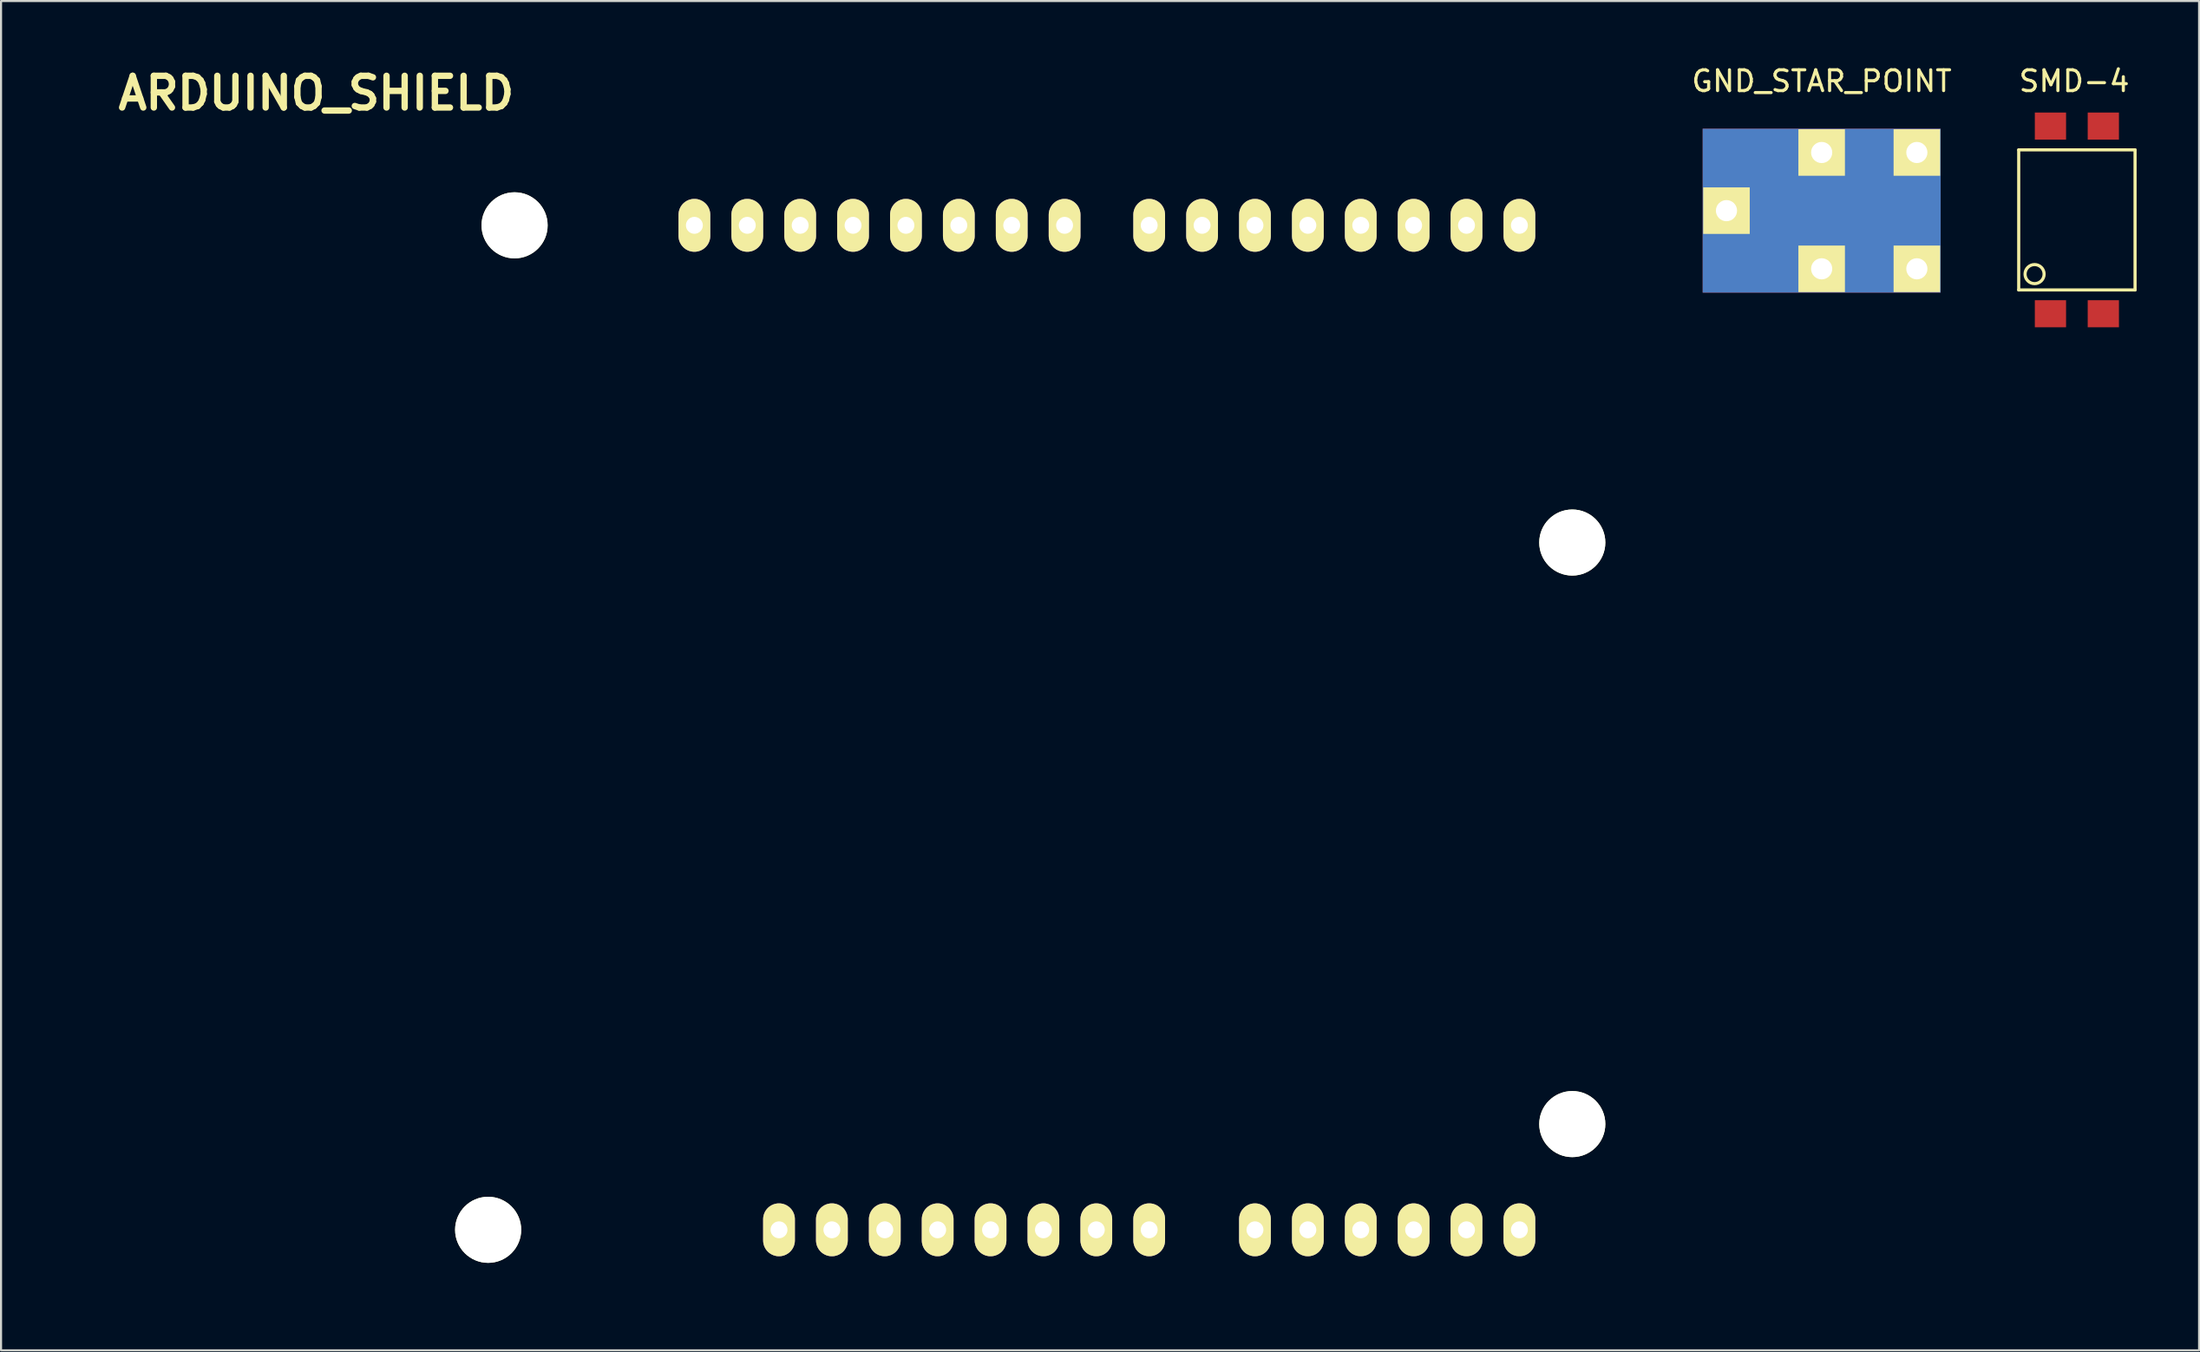
<source format=kicad_pcb>
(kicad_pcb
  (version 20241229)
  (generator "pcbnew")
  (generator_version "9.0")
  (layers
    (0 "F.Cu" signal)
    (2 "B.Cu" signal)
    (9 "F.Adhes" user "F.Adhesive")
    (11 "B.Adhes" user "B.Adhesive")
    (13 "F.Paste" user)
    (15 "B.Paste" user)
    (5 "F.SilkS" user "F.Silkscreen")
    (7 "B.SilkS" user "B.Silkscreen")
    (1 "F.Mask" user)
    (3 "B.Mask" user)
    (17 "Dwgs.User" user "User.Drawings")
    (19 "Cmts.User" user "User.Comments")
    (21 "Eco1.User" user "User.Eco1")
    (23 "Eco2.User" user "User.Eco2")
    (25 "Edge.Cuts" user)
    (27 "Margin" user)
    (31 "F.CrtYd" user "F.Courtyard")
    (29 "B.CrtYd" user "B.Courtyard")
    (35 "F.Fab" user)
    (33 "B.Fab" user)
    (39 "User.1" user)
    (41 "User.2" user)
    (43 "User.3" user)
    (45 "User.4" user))
  (footprint "ARDUINO_SHIELD"
    (layer "F.Cu")
    (at 6.425 58.576)
    (property "Reference" "ARDUINO_SHIELD" (at 5.715 -57.15 0) (layer "F.SilkS") (effects (font (size 1.524 1.524) (thickness 0.305))))
    (attr through_hole)
    (fp_line (start -6.35 -43.815) (end -6.35 -32.385) (stroke (width 0.15) (type solid)) (layer "Eco1.User"))
    (fp_line (start -6.35 -32.385) (end 0 -32.385) (stroke (width 0.15) (type solid)) (layer "Eco1.User"))
    (fp_line (start -1.905 -12.065) (end -1.905 -3.175) (stroke (width 0.15) (type solid)) (layer "Eco1.User"))
    (fp_line (start -1.905 -3.175) (end 0 -3.175) (stroke (width 0.15) (type solid)) (layer "Eco1.User"))
    (fp_line (start 0 -53.34) (end 64.516 -53.34) (stroke (width 0.15) (type solid)) (layer "Eco1.User"))
    (fp_line (start 0 -32.385) (end 9.525 -32.385) (stroke (width 0.15) (type solid)) (layer "Eco1.User"))
    (fp_line (start 0 -3.175) (end 11.43 -3.175) (stroke (width 0.15) (type solid)) (layer "Eco1.User"))
    (fp_line (start 0 0) (end 0 -53.34) (stroke (width 0.15) (type solid)) (layer "Eco1.User"))
    (fp_line (start 9.525 -43.815) (end -6.35 -43.815) (stroke (width 0.15) (type solid)) (layer "Eco1.User"))
    (fp_line (start 9.525 -32.385) (end 9.525 -43.815) (stroke (width 0.15) (type solid)) (layer "Eco1.User"))
    (fp_line (start 11.43 -12.065) (end -1.905 -12.065) (stroke (width 0.15) (type solid)) (layer "Eco1.User"))
    (fp_line (start 11.43 -3.175) (end 11.43 -12.065) (stroke (width 0.15) (type solid)) (layer "Eco1.User"))
    (fp_line (start 64.516 -53.34) (end 66.04 -51.816) (stroke (width 0.15) (type solid)) (layer "Eco1.User"))
    (fp_line (start 66.04 -51.816) (end 66.04 -40.386) (stroke (width 0.15) (type solid)) (layer "Eco1.User"))
    (fp_line (start 66.04 -40.386) (end 68.58 -37.846) (stroke (width 0.15) (type solid)) (layer "Eco1.User"))
    (fp_line (start 66.04 -2.54) (end 66.04 0) (stroke (width 0.15) (type solid)) (layer "Eco1.User"))
    (fp_line (start 66.04 0) (end 0 0) (stroke (width 0.15) (type solid)) (layer "Eco1.User"))
    (fp_line (start 68.58 -37.846) (end 68.58 -5.08) (stroke (width 0.15) (type solid)) (layer "Eco1.User"))
    (fp_line (start 68.58 -5.08) (end 66.04 -2.54) (stroke (width 0.15) (type solid)) (layer "Eco1.User"))
    (pad "" np_thru_hole circle (at 13.97 -2.54) (size 3.175 3.175) (drill 3.175) (layers "*.Cu" "*.Mask" "F.SilkS"))
    (pad "" np_thru_hole circle (at 15.24 -50.8) (size 3.175 3.175) (drill 3.175) (layers "*.Cu" "*.Mask" "F.SilkS"))
    (pad "" np_thru_hole circle (at 66.04 -35.56) (size 3.175 3.175) (drill 3.175) (layers "*.Cu" "*.Mask" "F.SilkS"))
    (pad "" np_thru_hole circle (at 66.04 -7.62) (size 3.175 3.175) (drill 3.175) (layers "*.Cu" "*.Mask" "F.SilkS"))
    (pad "0" thru_hole oval (at 63.5 -50.8 90) (size 2.54 1.524) (drill 0.813) (layers "*.Cu" "*.Mask" "F.SilkS"))
    (pad "1" thru_hole oval (at 60.96 -50.8 90) (size 2.54 1.524) (drill 0.813) (layers "*.Cu" "*.Mask" "F.SilkS"))
    (pad "2" thru_hole oval (at 58.42 -50.8 90) (size 2.54 1.524) (drill 0.813) (layers "*.Cu" "*.Mask" "F.SilkS"))
    (pad "3" thru_hole oval (at 55.88 -50.8 90) (size 2.54 1.524) (drill 0.813) (layers "*.Cu" "*.Mask" "F.SilkS"))
    (pad "3V3" thru_hole oval (at 35.56 -2.54 90) (size 2.54 1.524) (drill 0.813) (layers "*.Cu" "*.Mask" "F.SilkS"))
    (pad "4" thru_hole oval (at 53.34 -50.8 90) (size 2.54 1.524) (drill 0.813) (layers "*.Cu" "*.Mask" "F.SilkS"))
    (pad "5" thru_hole oval (at 50.8 -50.8 90) (size 2.54 1.524) (drill 0.813) (layers "*.Cu" "*.Mask" "F.SilkS"))
    (pad "5V" thru_hole oval (at 38.1 -2.54 90) (size 2.54 1.524) (drill 0.813) (layers "*.Cu" "*.Mask" "F.SilkS"))
    (pad "6" thru_hole oval (at 48.26 -50.8 90) (size 2.54 1.524) (drill 0.813) (layers "*.Cu" "*.Mask" "F.SilkS"))
    (pad "7" thru_hole oval (at 45.72 -50.8 90) (size 2.54 1.524) (drill 0.813) (layers "*.Cu" "*.Mask" "F.SilkS"))
    (pad "8" thru_hole oval (at 41.656 -50.8 90) (size 2.54 1.524) (drill 0.813) (layers "*.Cu" "*.Mask" "F.SilkS"))
    (pad "9" thru_hole oval (at 39.116 -50.8 90) (size 2.54 1.524) (drill 0.813) (layers "*.Cu" "*.Mask" "F.SilkS"))
    (pad "10" thru_hole oval (at 36.576 -50.8 90) (size 2.54 1.524) (drill 0.813) (layers "*.Cu" "*.Mask" "F.SilkS"))
    (pad "11" thru_hole oval (at 34.036 -50.8 90) (size 2.54 1.524) (drill 0.813) (layers "*.Cu" "*.Mask" "F.SilkS"))
    (pad "12" thru_hole oval (at 31.496 -50.8 90) (size 2.54 1.524) (drill 0.813) (layers "*.Cu" "*.Mask" "F.SilkS"))
    (pad "13" thru_hole oval (at 28.956 -50.8 90) (size 2.54 1.524) (drill 0.813) (layers "*.Cu" "*.Mask" "F.SilkS"))
    (pad "AD0" thru_hole oval (at 50.8 -2.54 90) (size 2.54 1.524) (drill 0.813) (layers "*.Cu" "*.Mask" "F.SilkS"))
    (pad "AD1" thru_hole oval (at 53.34 -2.54 90) (size 2.54 1.524) (drill 0.813) (layers "*.Cu" "*.Mask" "F.SilkS"))
    (pad "AD2" thru_hole oval (at 55.88 -2.54 90) (size 2.54 1.524) (drill 0.813) (layers "*.Cu" "*.Mask" "F.SilkS"))
    (pad "AD3" thru_hole oval (at 58.42 -2.54 90) (size 2.54 1.524) (drill 0.813) (layers "*.Cu" "*.Mask" "F.SilkS"))
    (pad "AD4" thru_hole oval (at 60.96 -2.54 90) (size 2.54 1.524) (drill 0.813) (layers "*.Cu" "*.Mask" "F.SilkS"))
    (pad "AD5" thru_hole oval (at 63.5 -2.54 90) (size 2.54 1.524) (drill 0.813) (layers "*.Cu" "*.Mask" "F.SilkS"))
    (pad "AREF" thru_hole oval (at 23.876 -50.8 90) (size 2.54 1.524) (drill 0.813) (layers "*.Cu" "*.Mask" "F.SilkS"))
    (pad "GND1" thru_hole oval (at 40.64 -2.54 90) (size 2.54 1.524) (drill 0.813) (layers "*.Cu" "*.Mask" "F.SilkS"))
    (pad "GND2" thru_hole oval (at 43.18 -2.54 90) (size 2.54 1.524) (drill 0.813) (layers "*.Cu" "*.Mask" "F.SilkS"))
    (pad "GND3" thru_hole oval (at 26.416 -50.8 90) (size 2.54 1.524) (drill 0.813) (layers "*.Cu" "*.Mask" "F.SilkS"))
    (pad "IREF" thru_hole oval (at 30.48 -2.54 90) (size 2.54 1.524) (drill 0.813) (layers "*.Cu" "*.Mask" "F.SilkS"))
    (pad "NC" thru_hole oval (at 27.94 -2.54 90) (size 2.54 1.524) (drill 0.813) (layers "*.Cu" "*.Mask" "F.SilkS"))
    (pad "RST" thru_hole oval (at 33.02 -2.54 90) (size 2.54 1.524) (drill 0.813) (layers "*.Cu" "*.Mask" "F.SilkS"))
    (pad "V_IN" thru_hole oval (at 45.72 -2.54 90) (size 2.54 1.524) (drill 0.813) (layers "*.Cu" "*.Mask" "F.SilkS")))
  (footprint "SMD-4"
    (layer "F.Cu")
    (at 95.431 12.024)
    (property "Reference" "SMD-4" (at 1.143 -11.176 0) (layer "F.SilkS") (effects (font (size 1 1) (thickness 0.15))))
    (attr through_hole)
    (fp_line (start -1.524 -7.874) (end 4.064 -7.874) (stroke (width 0.15) (type solid)) (layer "F.SilkS"))
    (fp_line (start -1.524 -1.143) (end -1.524 -7.874) (stroke (width 0.15) (type solid)) (layer "F.SilkS"))
    (fp_line (start 4.064 -7.874) (end 4.064 -1.143) (stroke (width 0.15) (type solid)) (layer "F.SilkS"))
    (fp_line (start 4.064 -1.143) (end -1.524 -1.143) (stroke (width 0.15) (type solid)) (layer "F.SilkS"))
    (fp_circle (center -0.762 -1.905) (end -1.016 -1.524) (stroke (width 0.15) (type solid)) (fill no) (layer "F.SilkS"))
    (pad "1" smd rect (at 0 0) (size 1.5 1.3) (layers "F.Cu" "F.Mask" "F.Paste"))
    (pad "2" smd rect (at 2.54 0) (size 1.5 1.3) (layers "F.Cu" "F.Mask" "F.Paste"))
    (pad "3" smd rect (at 2.54 -9.017) (size 1.5 1.3) (layers "F.Cu" "F.Mask" "F.Paste"))
    (pad "4" smd rect (at 0 -9.017) (size 1.5 1.3) (layers "F.Cu" "F.Mask" "F.Paste")))
  (footprint "GND_STAR_POINT"
    (layer "F.Cu")
    (at 84.443 7.071)
    (property "Reference" "GND_STAR_POINT" (at 0 -6.223 0) (layer "F.SilkS") (effects (font (size 1 1) (thickness 0.15))))
    (attr through_hole)
    (pad "" smd rect (at 0 0) (size 11.43 7.874) (layers "F.Cu" "F.Mask" "F.Paste"))
    (pad "" smd rect (at 0 0) (size 11.43 7.874) (layers "F.Mask" "B.Cu" "F.Paste"))
    (pad "1" thru_hole rect (at -4.572 0) (size 2.235 2.235) (drill 1.016) (layers "*.Cu" "*.Mask" "F.SilkS"))
    (pad "2" thru_hole rect (at 0 -2.794) (size 2.235 2.235) (drill 1.016) (layers "*.Cu" "*.Mask" "F.SilkS"))
    (pad "3" thru_hole rect (at 4.572 -2.794) (size 2.235 2.235) (drill 1.016) (layers "*.Cu" "*.Mask" "F.SilkS"))
    (pad "4" thru_hole rect (at 4.572 2.794) (size 2.235 2.235) (drill 1.016) (layers "*.Cu" "*.Mask" "F.SilkS"))
    (pad "5" thru_hole rect (at 0 2.794) (size 2.235 2.235) (drill 1.016) (layers "*.Cu" "*.Mask" "F.SilkS")))
  (gr_rect
    (start -3 -3)
    (end 102.57 61.826)
    (stroke (width 0.1) (type default))
    (fill no)
    (layer "Edge.Cuts")))
</source>
